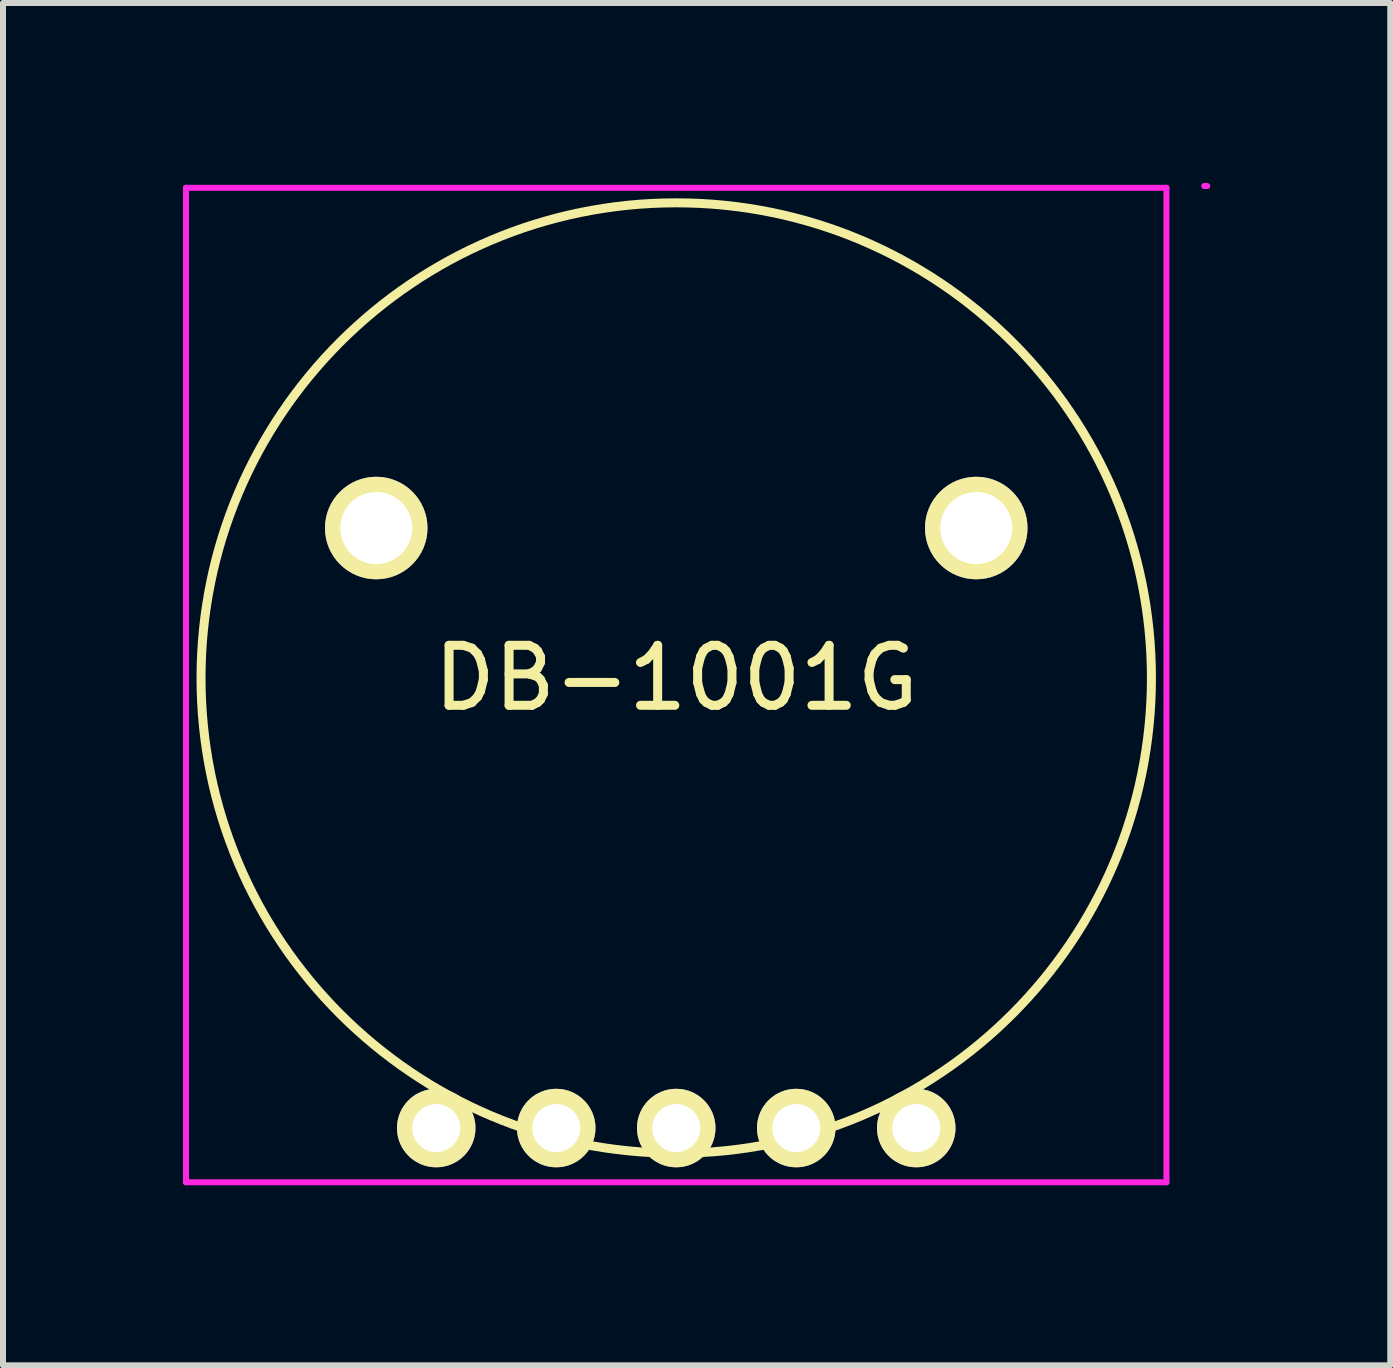
<source format=kicad_pcb>
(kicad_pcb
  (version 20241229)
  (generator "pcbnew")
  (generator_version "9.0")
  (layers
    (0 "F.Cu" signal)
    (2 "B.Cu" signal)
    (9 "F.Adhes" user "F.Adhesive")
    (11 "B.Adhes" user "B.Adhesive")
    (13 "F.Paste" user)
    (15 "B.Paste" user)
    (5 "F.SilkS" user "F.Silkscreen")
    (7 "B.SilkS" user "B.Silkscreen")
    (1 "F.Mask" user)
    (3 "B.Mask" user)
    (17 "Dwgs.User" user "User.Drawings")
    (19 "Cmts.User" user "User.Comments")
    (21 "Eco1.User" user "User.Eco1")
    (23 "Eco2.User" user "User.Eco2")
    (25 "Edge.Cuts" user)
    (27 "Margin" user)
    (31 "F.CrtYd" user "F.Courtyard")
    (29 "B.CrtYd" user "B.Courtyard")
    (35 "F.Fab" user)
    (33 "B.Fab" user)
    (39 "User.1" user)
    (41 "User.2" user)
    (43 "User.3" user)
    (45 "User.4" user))
  (footprint "DB-1001G"
    (layer "F.Cu")
    (at 8.22 8.25)
    (property "Reference" "DB-1001G" (at 0 0 0) (layer "F.SilkS") (effects (font (size 1 1) (thickness 0.15))))
    (attr through_hole)
    (fp_circle (center 0 0) (end 5.6 5.6) (stroke (width 0.15) (type solid)) (fill no) (layer "F.SilkS"))
    (fp_line (start -8.17 -8.17) (end 8.17 -8.17) (stroke (width 0.1) (type solid)) (layer "F.CrtYd"))
    (fp_line (start -8.17 8.404) (end -8.17 -8.17) (stroke (width 0.1) (type solid)) (layer "F.CrtYd"))
    (fp_line (start 8.17 -8.17) (end 8.17 8.404) (stroke (width 0.1) (type solid)) (layer "F.CrtYd"))
    (fp_line (start 8.17 8.404) (end -8.17 8.404) (stroke (width 0.1) (type solid)) (layer "F.CrtYd"))
    (fp_line (start 8.85 -8.2) (end 8.8 -8.2) (stroke (width 0.1) (type solid)) (layer "F.CrtYd"))
    (pad "" thru_hole circle (at -5 -2.5 180) (size 1.708 1.708) (drill 1.2) (layers "*.Cu" "*.Mask" "F.SilkS"))
    (pad "" thru_hole circle (at 5 -2.5 180) (size 1.708 1.708) (drill 1.2) (layers "*.Cu" "*.Mask" "F.SilkS"))
    (pad "1" thru_hole circle (at -4 7.5 180) (size 1.308 1.308) (drill 0.8) (layers "*.Cu" "*.Mask" "F.SilkS"))
    (pad "2" thru_hole circle (at -2 7.5 180) (size 1.308 1.308) (drill 0.8) (layers "*.Cu" "*.Mask" "F.SilkS"))
    (pad "2'" thru_hole circle (at 0 7.5 180) (size 1.308 1.308) (drill 0.8) (layers "*.Cu" "*.Mask" "F.SilkS"))
    (pad "3" thru_hole circle (at 4 7.5 180) (size 1.308 1.308) (drill 0.8) (layers "*.Cu" "*.Mask" "F.SilkS"))
    (pad "3'" thru_hole circle (at 2 7.5 180) (size 1.308 1.308) (drill 0.8) (layers "*.Cu" "*.Mask" "F.SilkS")))
  (gr_rect
    (start -3 -3)
    (end 20.12 19.704)
    (stroke (width 0.1) (type default))
    (fill no)
    (layer "Edge.Cuts")))
</source>
